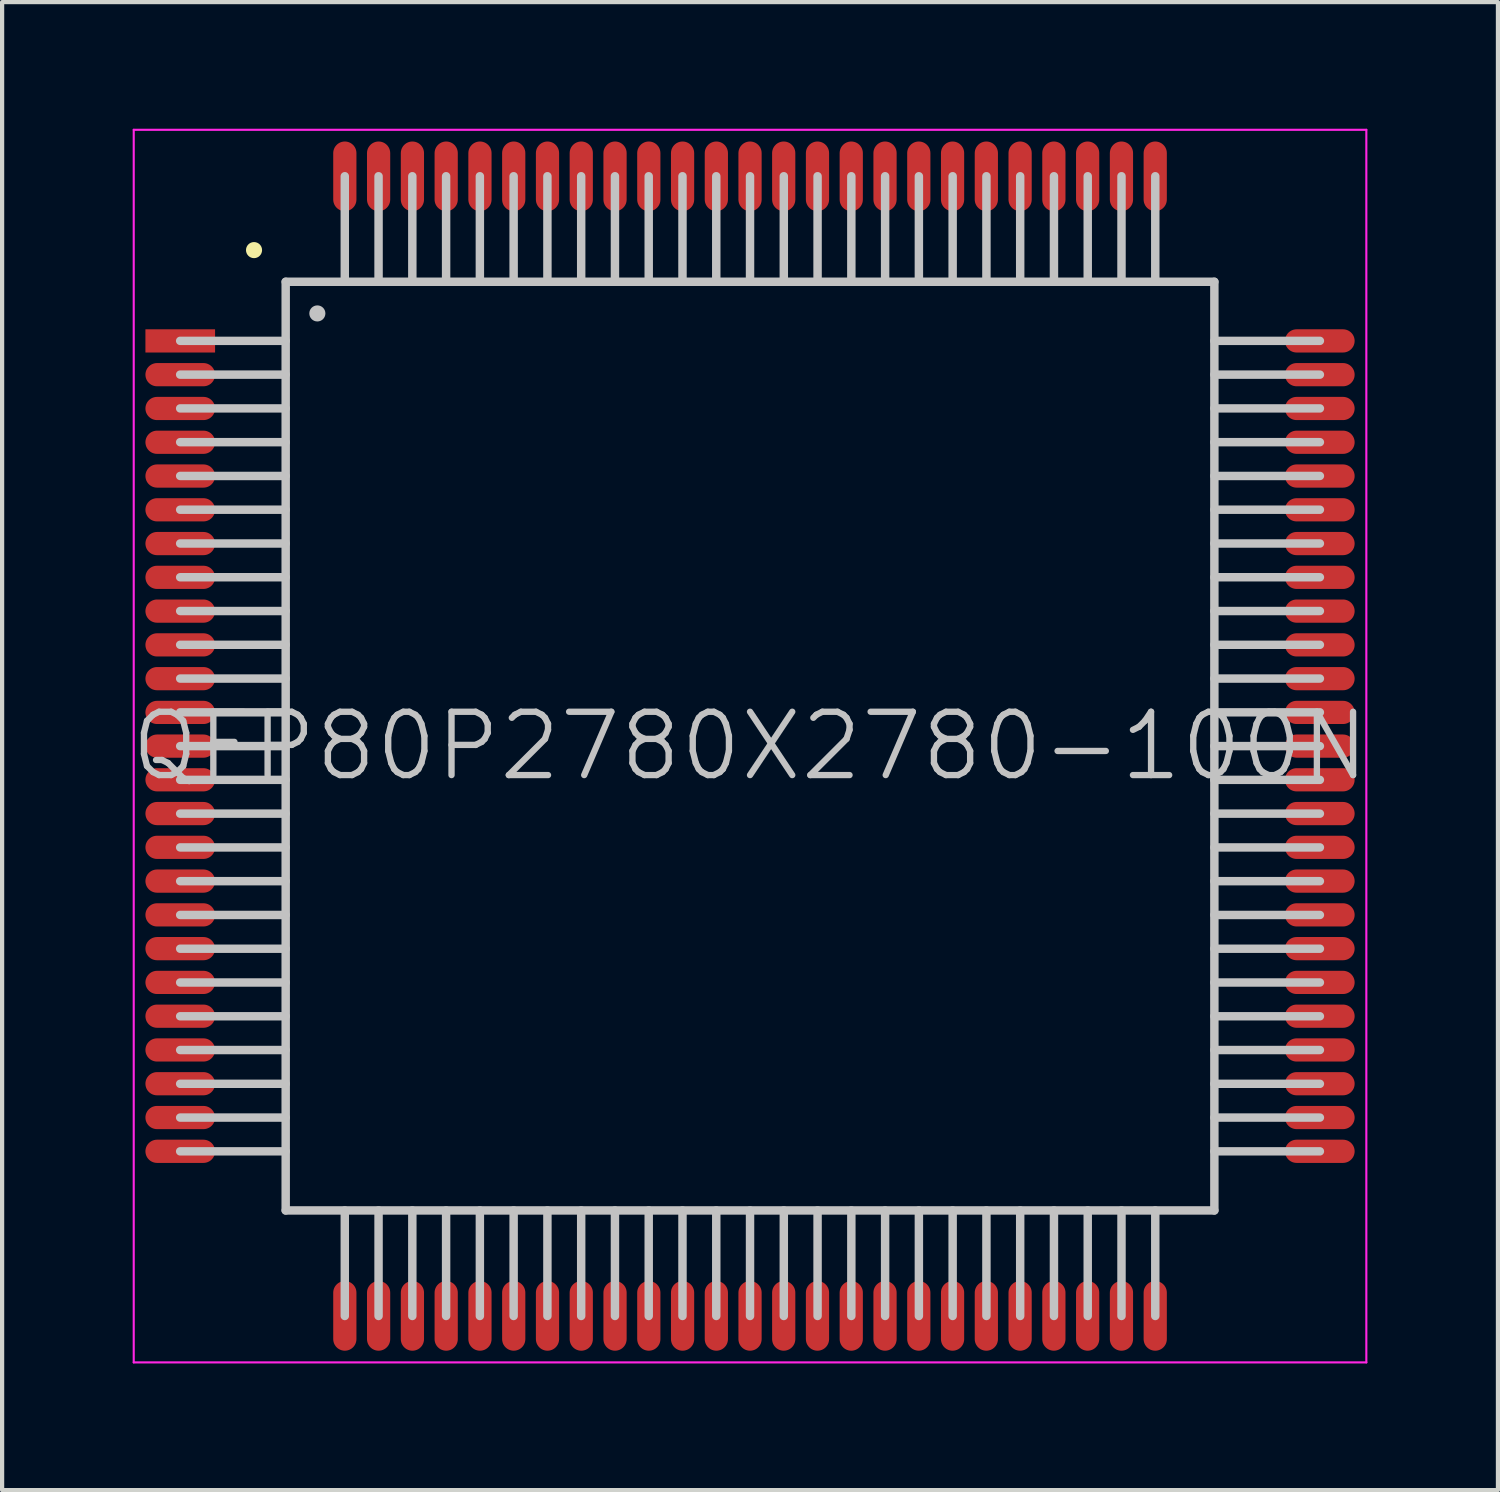
<source format=kicad_pcb>
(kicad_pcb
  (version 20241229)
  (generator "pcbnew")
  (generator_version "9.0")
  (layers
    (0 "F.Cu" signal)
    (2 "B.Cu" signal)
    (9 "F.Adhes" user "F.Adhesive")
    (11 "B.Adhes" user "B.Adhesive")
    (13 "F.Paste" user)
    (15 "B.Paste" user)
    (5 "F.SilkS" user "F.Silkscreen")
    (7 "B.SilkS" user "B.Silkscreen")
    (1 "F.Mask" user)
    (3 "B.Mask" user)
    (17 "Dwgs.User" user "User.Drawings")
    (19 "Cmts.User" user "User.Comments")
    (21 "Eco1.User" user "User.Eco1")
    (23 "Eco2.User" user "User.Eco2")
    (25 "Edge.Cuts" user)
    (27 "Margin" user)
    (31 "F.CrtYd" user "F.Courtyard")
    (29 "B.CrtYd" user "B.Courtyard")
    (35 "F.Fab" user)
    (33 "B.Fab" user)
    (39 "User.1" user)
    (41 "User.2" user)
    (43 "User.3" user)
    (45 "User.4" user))
  (footprint "QFP80P2780X2780-100N"
    (layer "F.Cu")
    (at 14.718 14.625)
    (property "Reference" "QFP80P2780X2780-100N" (at 0 0 0) (layer "Dwgs.User") (effects (font (size 1.5 1.5) (thickness 0.15))))
    (attr smd)
    (fp_line (start -11.75 -11.75) (end -11.75 -11.75) (stroke (width 0.381) (type solid)) (layer "F.SilkS"))
    (fp_line (start -11 -11) (end -11 11) (stroke (width 0.2) (type solid)) (layer "Dwgs.User"))
    (fp_line (start -11 -11) (end 11 -11) (stroke (width 0.2) (type solid)) (layer "Dwgs.User"))
    (fp_line (start -11 -9.6) (end -13.5 -9.6) (stroke (width 0.2) (type solid)) (layer "Dwgs.User"))
    (fp_line (start -11 -8.8) (end -13.5 -8.8) (stroke (width 0.2) (type solid)) (layer "Dwgs.User"))
    (fp_line (start -11 -8) (end -13.5 -8) (stroke (width 0.2) (type solid)) (layer "Dwgs.User"))
    (fp_line (start -11 -7.2) (end -13.5 -7.2) (stroke (width 0.2) (type solid)) (layer "Dwgs.User"))
    (fp_line (start -11 -6.4) (end -13.5 -6.4) (stroke (width 0.2) (type solid)) (layer "Dwgs.User"))
    (fp_line (start -11 -5.6) (end -13.5 -5.6) (stroke (width 0.2) (type solid)) (layer "Dwgs.User"))
    (fp_line (start -11 -4.8) (end -13.5 -4.8) (stroke (width 0.2) (type solid)) (layer "Dwgs.User"))
    (fp_line (start -11 -4) (end -13.5 -4) (stroke (width 0.2) (type solid)) (layer "Dwgs.User"))
    (fp_line (start -11 -3.2) (end -13.5 -3.2) (stroke (width 0.2) (type solid)) (layer "Dwgs.User"))
    (fp_line (start -11 -2.4) (end -13.5 -2.4) (stroke (width 0.2) (type solid)) (layer "Dwgs.User"))
    (fp_line (start -11 -1.6) (end -13.5 -1.6) (stroke (width 0.2) (type solid)) (layer "Dwgs.User"))
    (fp_line (start -11 -0.8) (end -13.5 -0.8) (stroke (width 0.2) (type solid)) (layer "Dwgs.User"))
    (fp_line (start -11 0) (end -13.5 0) (stroke (width 0.2) (type solid)) (layer "Dwgs.User"))
    (fp_line (start -11 0.8) (end -13.5 0.8) (stroke (width 0.2) (type solid)) (layer "Dwgs.User"))
    (fp_line (start -11 1.6) (end -13.5 1.6) (stroke (width 0.2) (type solid)) (layer "Dwgs.User"))
    (fp_line (start -11 2.4) (end -13.5 2.4) (stroke (width 0.2) (type solid)) (layer "Dwgs.User"))
    (fp_line (start -11 3.2) (end -13.5 3.2) (stroke (width 0.2) (type solid)) (layer "Dwgs.User"))
    (fp_line (start -11 4) (end -13.5 4) (stroke (width 0.2) (type solid)) (layer "Dwgs.User"))
    (fp_line (start -11 4.8) (end -13.5 4.8) (stroke (width 0.2) (type solid)) (layer "Dwgs.User"))
    (fp_line (start -11 5.6) (end -13.5 5.6) (stroke (width 0.2) (type solid)) (layer "Dwgs.User"))
    (fp_line (start -11 6.4) (end -13.5 6.4) (stroke (width 0.2) (type solid)) (layer "Dwgs.User"))
    (fp_line (start -11 7.2) (end -13.5 7.2) (stroke (width 0.2) (type solid)) (layer "Dwgs.User"))
    (fp_line (start -11 8) (end -13.5 8) (stroke (width 0.2) (type solid)) (layer "Dwgs.User"))
    (fp_line (start -11 8.8) (end -13.5 8.8) (stroke (width 0.2) (type solid)) (layer "Dwgs.User"))
    (fp_line (start -11 9.6) (end -13.5 9.6) (stroke (width 0.2) (type solid)) (layer "Dwgs.User"))
    (fp_line (start -11 11) (end 11 11) (stroke (width 0.2) (type solid)) (layer "Dwgs.User"))
    (fp_line (start -10.25 -10.25) (end -10.25 -10.25) (stroke (width 0.381) (type solid)) (layer "Dwgs.User"))
    (fp_line (start -9.6 -11) (end -9.6 -13.5) (stroke (width 0.2) (type solid)) (layer "Dwgs.User"))
    (fp_line (start -9.6 13.5) (end -9.6 11) (stroke (width 0.2) (type solid)) (layer "Dwgs.User"))
    (fp_line (start -8.8 -11) (end -8.8 -13.5) (stroke (width 0.2) (type solid)) (layer "Dwgs.User"))
    (fp_line (start -8.8 13.5) (end -8.8 11) (stroke (width 0.2) (type solid)) (layer "Dwgs.User"))
    (fp_line (start -8 -11) (end -8 -13.5) (stroke (width 0.2) (type solid)) (layer "Dwgs.User"))
    (fp_line (start -8 13.5) (end -8 11) (stroke (width 0.2) (type solid)) (layer "Dwgs.User"))
    (fp_line (start -7.2 -11) (end -7.2 -13.5) (stroke (width 0.2) (type solid)) (layer "Dwgs.User"))
    (fp_line (start -7.2 13.5) (end -7.2 11) (stroke (width 0.2) (type solid)) (layer "Dwgs.User"))
    (fp_line (start -6.4 -11) (end -6.4 -13.5) (stroke (width 0.2) (type solid)) (layer "Dwgs.User"))
    (fp_line (start -6.4 13.5) (end -6.4 11) (stroke (width 0.2) (type solid)) (layer "Dwgs.User"))
    (fp_line (start -5.6 -11) (end -5.6 -13.5) (stroke (width 0.2) (type solid)) (layer "Dwgs.User"))
    (fp_line (start -5.6 13.5) (end -5.6 11) (stroke (width 0.2) (type solid)) (layer "Dwgs.User"))
    (fp_line (start -4.8 -11) (end -4.8 -13.5) (stroke (width 0.2) (type solid)) (layer "Dwgs.User"))
    (fp_line (start -4.8 13.5) (end -4.8 11) (stroke (width 0.2) (type solid)) (layer "Dwgs.User"))
    (fp_line (start -4 -11) (end -4 -13.5) (stroke (width 0.2) (type solid)) (layer "Dwgs.User"))
    (fp_line (start -4 13.5) (end -4 11) (stroke (width 0.2) (type solid)) (layer "Dwgs.User"))
    (fp_line (start -3.2 -11) (end -3.2 -13.5) (stroke (width 0.2) (type solid)) (layer "Dwgs.User"))
    (fp_line (start -3.2 13.5) (end -3.2 11) (stroke (width 0.2) (type solid)) (layer "Dwgs.User"))
    (fp_line (start -2.4 -11) (end -2.4 -13.5) (stroke (width 0.2) (type solid)) (layer "Dwgs.User"))
    (fp_line (start -2.4 13.5) (end -2.4 11) (stroke (width 0.2) (type solid)) (layer "Dwgs.User"))
    (fp_line (start -1.6 -11) (end -1.6 -13.5) (stroke (width 0.2) (type solid)) (layer "Dwgs.User"))
    (fp_line (start -1.6 13.5) (end -1.6 11) (stroke (width 0.2) (type solid)) (layer "Dwgs.User"))
    (fp_line (start -0.8 -11) (end -0.8 -13.5) (stroke (width 0.2) (type solid)) (layer "Dwgs.User"))
    (fp_line (start -0.8 13.5) (end -0.8 11) (stroke (width 0.2) (type solid)) (layer "Dwgs.User"))
    (fp_line (start 0 -11) (end 0 -13.5) (stroke (width 0.2) (type solid)) (layer "Dwgs.User"))
    (fp_line (start 0 13.5) (end 0 11) (stroke (width 0.2) (type solid)) (layer "Dwgs.User"))
    (fp_line (start 0.8 -11) (end 0.8 -13.5) (stroke (width 0.2) (type solid)) (layer "Dwgs.User"))
    (fp_line (start 0.8 13.5) (end 0.8 11) (stroke (width 0.2) (type solid)) (layer "Dwgs.User"))
    (fp_line (start 1.6 -11) (end 1.6 -13.5) (stroke (width 0.2) (type solid)) (layer "Dwgs.User"))
    (fp_line (start 1.6 13.5) (end 1.6 11) (stroke (width 0.2) (type solid)) (layer "Dwgs.User"))
    (fp_line (start 2.4 -11) (end 2.4 -13.5) (stroke (width 0.2) (type solid)) (layer "Dwgs.User"))
    (fp_line (start 2.4 13.5) (end 2.4 11) (stroke (width 0.2) (type solid)) (layer "Dwgs.User"))
    (fp_line (start 3.2 -11) (end 3.2 -13.5) (stroke (width 0.2) (type solid)) (layer "Dwgs.User"))
    (fp_line (start 3.2 13.5) (end 3.2 11) (stroke (width 0.2) (type solid)) (layer "Dwgs.User"))
    (fp_line (start 4 -11) (end 4 -13.5) (stroke (width 0.2) (type solid)) (layer "Dwgs.User"))
    (fp_line (start 4 13.5) (end 4 11) (stroke (width 0.2) (type solid)) (layer "Dwgs.User"))
    (fp_line (start 4.8 -11) (end 4.8 -13.5) (stroke (width 0.2) (type solid)) (layer "Dwgs.User"))
    (fp_line (start 4.8 13.5) (end 4.8 11) (stroke (width 0.2) (type solid)) (layer "Dwgs.User"))
    (fp_line (start 5.6 -11) (end 5.6 -13.5) (stroke (width 0.2) (type solid)) (layer "Dwgs.User"))
    (fp_line (start 5.6 13.5) (end 5.6 11) (stroke (width 0.2) (type solid)) (layer "Dwgs.User"))
    (fp_line (start 6.4 -11) (end 6.4 -13.5) (stroke (width 0.2) (type solid)) (layer "Dwgs.User"))
    (fp_line (start 6.4 13.5) (end 6.4 11) (stroke (width 0.2) (type solid)) (layer "Dwgs.User"))
    (fp_line (start 7.2 -11) (end 7.2 -13.5) (stroke (width 0.2) (type solid)) (layer "Dwgs.User"))
    (fp_line (start 7.2 13.5) (end 7.2 11) (stroke (width 0.2) (type solid)) (layer "Dwgs.User"))
    (fp_line (start 8 -11) (end 8 -13.5) (stroke (width 0.2) (type solid)) (layer "Dwgs.User"))
    (fp_line (start 8 13.5) (end 8 11) (stroke (width 0.2) (type solid)) (layer "Dwgs.User"))
    (fp_line (start 8.8 -11) (end 8.8 -13.5) (stroke (width 0.2) (type solid)) (layer "Dwgs.User"))
    (fp_line (start 8.8 13.5) (end 8.8 11) (stroke (width 0.2) (type solid)) (layer "Dwgs.User"))
    (fp_line (start 9.6 -11) (end 9.6 -13.5) (stroke (width 0.2) (type solid)) (layer "Dwgs.User"))
    (fp_line (start 9.6 13.5) (end 9.6 11) (stroke (width 0.2) (type solid)) (layer "Dwgs.User"))
    (fp_line (start 11 -11) (end 11 11) (stroke (width 0.2) (type solid)) (layer "Dwgs.User"))
    (fp_line (start 13.5 -9.6) (end 11 -9.6) (stroke (width 0.2) (type solid)) (layer "Dwgs.User"))
    (fp_line (start 13.5 -8.8) (end 11 -8.8) (stroke (width 0.2) (type solid)) (layer "Dwgs.User"))
    (fp_line (start 13.5 -8) (end 11 -8) (stroke (width 0.2) (type solid)) (layer "Dwgs.User"))
    (fp_line (start 13.5 -7.2) (end 11 -7.2) (stroke (width 0.2) (type solid)) (layer "Dwgs.User"))
    (fp_line (start 13.5 -6.4) (end 11 -6.4) (stroke (width 0.2) (type solid)) (layer "Dwgs.User"))
    (fp_line (start 13.5 -5.6) (end 11 -5.6) (stroke (width 0.2) (type solid)) (layer "Dwgs.User"))
    (fp_line (start 13.5 -4.8) (end 11 -4.8) (stroke (width 0.2) (type solid)) (layer "Dwgs.User"))
    (fp_line (start 13.5 -4) (end 11 -4) (stroke (width 0.2) (type solid)) (layer "Dwgs.User"))
    (fp_line (start 13.5 -3.2) (end 11 -3.2) (stroke (width 0.2) (type solid)) (layer "Dwgs.User"))
    (fp_line (start 13.5 -2.4) (end 11 -2.4) (stroke (width 0.2) (type solid)) (layer "Dwgs.User"))
    (fp_line (start 13.5 -1.6) (end 11 -1.6) (stroke (width 0.2) (type solid)) (layer "Dwgs.User"))
    (fp_line (start 13.5 -0.8) (end 11 -0.8) (stroke (width 0.2) (type solid)) (layer "Dwgs.User"))
    (fp_line (start 13.5 0) (end 11 0) (stroke (width 0.2) (type solid)) (layer "Dwgs.User"))
    (fp_line (start 13.5 0.8) (end 11 0.8) (stroke (width 0.2) (type solid)) (layer "Dwgs.User"))
    (fp_line (start 13.5 1.6) (end 11 1.6) (stroke (width 0.2) (type solid)) (layer "Dwgs.User"))
    (fp_line (start 13.5 2.4) (end 11 2.4) (stroke (width 0.2) (type solid)) (layer "Dwgs.User"))
    (fp_line (start 13.5 3.2) (end 11 3.2) (stroke (width 0.2) (type solid)) (layer "Dwgs.User"))
    (fp_line (start 13.5 4) (end 11 4) (stroke (width 0.2) (type solid)) (layer "Dwgs.User"))
    (fp_line (start 13.5 4.8) (end 11 4.8) (stroke (width 0.2) (type solid)) (layer "Dwgs.User"))
    (fp_line (start 13.5 5.6) (end 11 5.6) (stroke (width 0.2) (type solid)) (layer "Dwgs.User"))
    (fp_line (start 13.5 6.4) (end 11 6.4) (stroke (width 0.2) (type solid)) (layer "Dwgs.User"))
    (fp_line (start 13.5 7.2) (end 11 7.2) (stroke (width 0.2) (type solid)) (layer "Dwgs.User"))
    (fp_line (start 13.5 8) (end 11 8) (stroke (width 0.2) (type solid)) (layer "Dwgs.User"))
    (fp_line (start 13.5 8.8) (end 11 8.8) (stroke (width 0.2) (type solid)) (layer "Dwgs.User"))
    (fp_line (start 13.5 9.6) (end 11 9.6) (stroke (width 0.2) (type solid)) (layer "Dwgs.User"))
    (fp_line (start -14.6 -14.6) (end -14.6 14.6) (stroke (width 0.05) (type solid)) (layer "F.CrtYd"))
    (fp_line (start -14.6 -14.6) (end 14.6 -14.6) (stroke (width 0.05) (type solid)) (layer "F.CrtYd"))
    (fp_line (start -14.6 14.6) (end 14.6 14.6) (stroke (width 0.05) (type solid)) (layer "F.CrtYd"))
    (fp_line (start 14.6 -14.6) (end 14.6 14.6) (stroke (width 0.05) (type solid)) (layer "F.CrtYd"))
    (pad "1" smd rect (at -13.498 -9.599 90) (size 0.55 1.65) (layers "F.Cu" "F.Mask" "F.Paste"))
    (pad "2" smd oval (at -13.498 -8.799 90) (size 0.55 1.65) (layers "F.Cu" "F.Mask" "F.Paste"))
    (pad "3" smd oval (at -13.498 -7.998 90) (size 0.55 1.65) (layers "F.Cu" "F.Mask" "F.Paste"))
    (pad "4" smd oval (at -13.498 -7.198 90) (size 0.55 1.65) (layers "F.Cu" "F.Mask" "F.Paste"))
    (pad "5" smd oval (at -13.498 -6.398 90) (size 0.55 1.65) (layers "F.Cu" "F.Mask" "F.Paste"))
    (pad "6" smd oval (at -13.498 -5.598 90) (size 0.55 1.65) (layers "F.Cu" "F.Mask" "F.Paste"))
    (pad "7" smd oval (at -13.498 -4.798 90) (size 0.55 1.65) (layers "F.Cu" "F.Mask" "F.Paste"))
    (pad "8" smd oval (at -13.498 -3.998 90) (size 0.55 1.65) (layers "F.Cu" "F.Mask" "F.Paste"))
    (pad "9" smd oval (at -13.498 -3.198 90) (size 0.55 1.65) (layers "F.Cu" "F.Mask" "F.Paste"))
    (pad "10" smd oval (at -13.498 -2.398 90) (size 0.55 1.65) (layers "F.Cu" "F.Mask" "F.Paste"))
    (pad "11" smd oval (at -13.498 -1.598 90) (size 0.55 1.65) (layers "F.Cu" "F.Mask" "F.Paste"))
    (pad "12" smd oval (at -13.498 -0.798 90) (size 0.55 1.65) (layers "F.Cu" "F.Mask" "F.Paste"))
    (pad "13" smd oval (at -13.498 0 90) (size 0.55 1.65) (layers "F.Cu" "F.Mask" "F.Paste"))
    (pad "14" smd oval (at -13.498 0.798 90) (size 0.55 1.65) (layers "F.Cu" "F.Mask" "F.Paste"))
    (pad "15" smd oval (at -13.498 1.598 90) (size 0.55 1.65) (layers "F.Cu" "F.Mask" "F.Paste"))
    (pad "16" smd oval (at -13.498 2.398 90) (size 0.55 1.65) (layers "F.Cu" "F.Mask" "F.Paste"))
    (pad "17" smd oval (at -13.498 3.198 90) (size 0.55 1.65) (layers "F.Cu" "F.Mask" "F.Paste"))
    (pad "18" smd oval (at -13.498 3.998 90) (size 0.55 1.65) (layers "F.Cu" "F.Mask" "F.Paste"))
    (pad "19" smd oval (at -13.498 4.798 90) (size 0.55 1.65) (layers "F.Cu" "F.Mask" "F.Paste"))
    (pad "20" smd oval (at -13.498 5.598 90) (size 0.55 1.65) (layers "F.Cu" "F.Mask" "F.Paste"))
    (pad "21" smd oval (at -13.498 6.398 90) (size 0.55 1.65) (layers "F.Cu" "F.Mask" "F.Paste"))
    (pad "22" smd oval (at -13.498 7.198 90) (size 0.55 1.65) (layers "F.Cu" "F.Mask" "F.Paste"))
    (pad "23" smd oval (at -13.498 7.998 90) (size 0.55 1.65) (layers "F.Cu" "F.Mask" "F.Paste"))
    (pad "24" smd oval (at -13.498 8.799 90) (size 0.55 1.65) (layers "F.Cu" "F.Mask" "F.Paste"))
    (pad "25" smd oval (at -13.498 9.599 90) (size 0.55 1.65) (layers "F.Cu" "F.Mask" "F.Paste"))
    (pad "26" smd oval (at -9.599 13.498 180) (size 0.55 1.65) (layers "F.Cu" "F.Mask" "F.Paste"))
    (pad "27" smd oval (at -8.799 13.498 180) (size 0.55 1.65) (layers "F.Cu" "F.Mask" "F.Paste"))
    (pad "28" smd oval (at -7.998 13.498 180) (size 0.55 1.65) (layers "F.Cu" "F.Mask" "F.Paste"))
    (pad "29" smd oval (at -7.198 13.498 180) (size 0.55 1.65) (layers "F.Cu" "F.Mask" "F.Paste"))
    (pad "30" smd oval (at -6.398 13.498 180) (size 0.55 1.65) (layers "F.Cu" "F.Mask" "F.Paste"))
    (pad "31" smd oval (at -5.598 13.498 180) (size 0.55 1.65) (layers "F.Cu" "F.Mask" "F.Paste"))
    (pad "32" smd oval (at -4.798 13.498 180) (size 0.55 1.65) (layers "F.Cu" "F.Mask" "F.Paste"))
    (pad "33" smd oval (at -3.998 13.498 180) (size 0.55 1.65) (layers "F.Cu" "F.Mask" "F.Paste"))
    (pad "34" smd oval (at -3.198 13.498 180) (size 0.55 1.65) (layers "F.Cu" "F.Mask" "F.Paste"))
    (pad "35" smd oval (at -2.398 13.498 180) (size 0.55 1.65) (layers "F.Cu" "F.Mask" "F.Paste"))
    (pad "36" smd oval (at -1.598 13.498 180) (size 0.55 1.65) (layers "F.Cu" "F.Mask" "F.Paste"))
    (pad "37" smd oval (at -0.798 13.498 180) (size 0.55 1.65) (layers "F.Cu" "F.Mask" "F.Paste"))
    (pad "38" smd oval (at 0 13.498 180) (size 0.55 1.65) (layers "F.Cu" "F.Mask" "F.Paste"))
    (pad "39" smd oval (at 0.798 13.498 180) (size 0.55 1.65) (layers "F.Cu" "F.Mask" "F.Paste"))
    (pad "40" smd oval (at 1.598 13.498 180) (size 0.55 1.65) (layers "F.Cu" "F.Mask" "F.Paste"))
    (pad "41" smd oval (at 2.398 13.498 180) (size 0.55 1.65) (layers "F.Cu" "F.Mask" "F.Paste"))
    (pad "42" smd oval (at 3.198 13.498 180) (size 0.55 1.65) (layers "F.Cu" "F.Mask" "F.Paste"))
    (pad "43" smd oval (at 3.998 13.498 180) (size 0.55 1.65) (layers "F.Cu" "F.Mask" "F.Paste"))
    (pad "44" smd oval (at 4.798 13.498 180) (size 0.55 1.65) (layers "F.Cu" "F.Mask" "F.Paste"))
    (pad "45" smd oval (at 5.598 13.498 180) (size 0.55 1.65) (layers "F.Cu" "F.Mask" "F.Paste"))
    (pad "46" smd oval (at 6.398 13.498 180) (size 0.55 1.65) (layers "F.Cu" "F.Mask" "F.Paste"))
    (pad "47" smd oval (at 7.198 13.498 180) (size 0.55 1.65) (layers "F.Cu" "F.Mask" "F.Paste"))
    (pad "48" smd oval (at 7.998 13.498 180) (size 0.55 1.65) (layers "F.Cu" "F.Mask" "F.Paste"))
    (pad "49" smd oval (at 8.799 13.498 180) (size 0.55 1.65) (layers "F.Cu" "F.Mask" "F.Paste"))
    (pad "50" smd oval (at 9.599 13.498 180) (size 0.55 1.65) (layers "F.Cu" "F.Mask" "F.Paste"))
    (pad "51" smd oval (at 13.498 9.599 270) (size 0.55 1.65) (layers "F.Cu" "F.Mask" "F.Paste"))
    (pad "52" smd oval (at 13.498 8.799 270) (size 0.55 1.65) (layers "F.Cu" "F.Mask" "F.Paste"))
    (pad "53" smd oval (at 13.498 7.998 270) (size 0.55 1.65) (layers "F.Cu" "F.Mask" "F.Paste"))
    (pad "54" smd oval (at 13.498 7.198 270) (size 0.55 1.65) (layers "F.Cu" "F.Mask" "F.Paste"))
    (pad "55" smd oval (at 13.498 6.398 270) (size 0.55 1.65) (layers "F.Cu" "F.Mask" "F.Paste"))
    (pad "56" smd oval (at 13.498 5.598 270) (size 0.55 1.65) (layers "F.Cu" "F.Mask" "F.Paste"))
    (pad "57" smd oval (at 13.498 4.798 270) (size 0.55 1.65) (layers "F.Cu" "F.Mask" "F.Paste"))
    (pad "58" smd oval (at 13.498 3.998 270) (size 0.55 1.65) (layers "F.Cu" "F.Mask" "F.Paste"))
    (pad "59" smd oval (at 13.498 3.198 270) (size 0.55 1.65) (layers "F.Cu" "F.Mask" "F.Paste"))
    (pad "60" smd oval (at 13.498 2.398 270) (size 0.55 1.65) (layers "F.Cu" "F.Mask" "F.Paste"))
    (pad "61" smd oval (at 13.498 1.598 270) (size 0.55 1.65) (layers "F.Cu" "F.Mask" "F.Paste"))
    (pad "62" smd oval (at 13.498 0.798 270) (size 0.55 1.65) (layers "F.Cu" "F.Mask" "F.Paste"))
    (pad "63" smd oval (at 13.498 0 270) (size 0.55 1.65) (layers "F.Cu" "F.Mask" "F.Paste"))
    (pad "64" smd oval (at 13.498 -0.798 270) (size 0.55 1.65) (layers "F.Cu" "F.Mask" "F.Paste"))
    (pad "65" smd oval (at 13.498 -1.598 270) (size 0.55 1.65) (layers "F.Cu" "F.Mask" "F.Paste"))
    (pad "66" smd oval (at 13.498 -2.398 270) (size 0.55 1.65) (layers "F.Cu" "F.Mask" "F.Paste"))
    (pad "67" smd oval (at 13.498 -3.198 270) (size 0.55 1.65) (layers "F.Cu" "F.Mask" "F.Paste"))
    (pad "68" smd oval (at 13.498 -3.998 270) (size 0.55 1.65) (layers "F.Cu" "F.Mask" "F.Paste"))
    (pad "69" smd oval (at 13.498 -4.798 270) (size 0.55 1.65) (layers "F.Cu" "F.Mask" "F.Paste"))
    (pad "70" smd oval (at 13.498 -5.598 270) (size 0.55 1.65) (layers "F.Cu" "F.Mask" "F.Paste"))
    (pad "71" smd oval (at 13.498 -6.398 270) (size 0.55 1.65) (layers "F.Cu" "F.Mask" "F.Paste"))
    (pad "72" smd oval (at 13.498 -7.198 270) (size 0.55 1.65) (layers "F.Cu" "F.Mask" "F.Paste"))
    (pad "73" smd oval (at 13.498 -7.998 270) (size 0.55 1.65) (layers "F.Cu" "F.Mask" "F.Paste"))
    (pad "74" smd oval (at 13.498 -8.799 270) (size 0.55 1.65) (layers "F.Cu" "F.Mask" "F.Paste"))
    (pad "75" smd oval (at 13.498 -9.599 270) (size 0.55 1.65) (layers "F.Cu" "F.Mask" "F.Paste"))
    (pad "76" smd oval (at 9.599 -13.498) (size 0.55 1.65) (layers "F.Cu" "F.Mask" "F.Paste"))
    (pad "77" smd oval (at 8.799 -13.498) (size 0.55 1.65) (layers "F.Cu" "F.Mask" "F.Paste"))
    (pad "78" smd oval (at 7.998 -13.498) (size 0.55 1.65) (layers "F.Cu" "F.Mask" "F.Paste"))
    (pad "79" smd oval (at 7.198 -13.498) (size 0.55 1.65) (layers "F.Cu" "F.Mask" "F.Paste"))
    (pad "80" smd oval (at 6.398 -13.498) (size 0.55 1.65) (layers "F.Cu" "F.Mask" "F.Paste"))
    (pad "81" smd oval (at 5.598 -13.498) (size 0.55 1.65) (layers "F.Cu" "F.Mask" "F.Paste"))
    (pad "82" smd oval (at 4.798 -13.498) (size 0.55 1.65) (layers "F.Cu" "F.Mask" "F.Paste"))
    (pad "83" smd oval (at 3.998 -13.498) (size 0.55 1.65) (layers "F.Cu" "F.Mask" "F.Paste"))
    (pad "84" smd oval (at 3.198 -13.498) (size 0.55 1.65) (layers "F.Cu" "F.Mask" "F.Paste"))
    (pad "85" smd oval (at 2.398 -13.498) (size 0.55 1.65) (layers "F.Cu" "F.Mask" "F.Paste"))
    (pad "86" smd oval (at 1.598 -13.498) (size 0.55 1.65) (layers "F.Cu" "F.Mask" "F.Paste"))
    (pad "87" smd oval (at 0.798 -13.498) (size 0.55 1.65) (layers "F.Cu" "F.Mask" "F.Paste"))
    (pad "88" smd oval (at 0 -13.498) (size 0.55 1.65) (layers "F.Cu" "F.Mask" "F.Paste"))
    (pad "89" smd oval (at -0.798 -13.498) (size 0.55 1.65) (layers "F.Cu" "F.Mask" "F.Paste"))
    (pad "90" smd oval (at -1.598 -13.498) (size 0.55 1.65) (layers "F.Cu" "F.Mask" "F.Paste"))
    (pad "91" smd oval (at -2.398 -13.498) (size 0.55 1.65) (layers "F.Cu" "F.Mask" "F.Paste"))
    (pad "92" smd oval (at -3.198 -13.498) (size 0.55 1.65) (layers "F.Cu" "F.Mask" "F.Paste"))
    (pad "93" smd oval (at -3.998 -13.498) (size 0.55 1.65) (layers "F.Cu" "F.Mask" "F.Paste"))
    (pad "94" smd oval (at -4.798 -13.498) (size 0.55 1.65) (layers "F.Cu" "F.Mask" "F.Paste"))
    (pad "95" smd oval (at -5.598 -13.498) (size 0.55 1.65) (layers "F.Cu" "F.Mask" "F.Paste"))
    (pad "96" smd oval (at -6.398 -13.498) (size 0.55 1.65) (layers "F.Cu" "F.Mask" "F.Paste"))
    (pad "97" smd oval (at -7.198 -13.498) (size 0.55 1.65) (layers "F.Cu" "F.Mask" "F.Paste"))
    (pad "98" smd oval (at -7.998 -13.498) (size 0.55 1.65) (layers "F.Cu" "F.Mask" "F.Paste"))
    (pad "99" smd oval (at -8.799 -13.498) (size 0.55 1.65) (layers "F.Cu" "F.Mask" "F.Paste"))
    (pad "100" smd oval (at -9.599 -13.498) (size 0.55 1.65) (layers "F.Cu" "F.Mask" "F.Paste")))
  (gr_rect
    (start -3 -3)
    (end 32.436 32.25)
    (stroke (width 0.1) (type default))
    (fill no)
    (layer "Edge.Cuts")))
</source>
